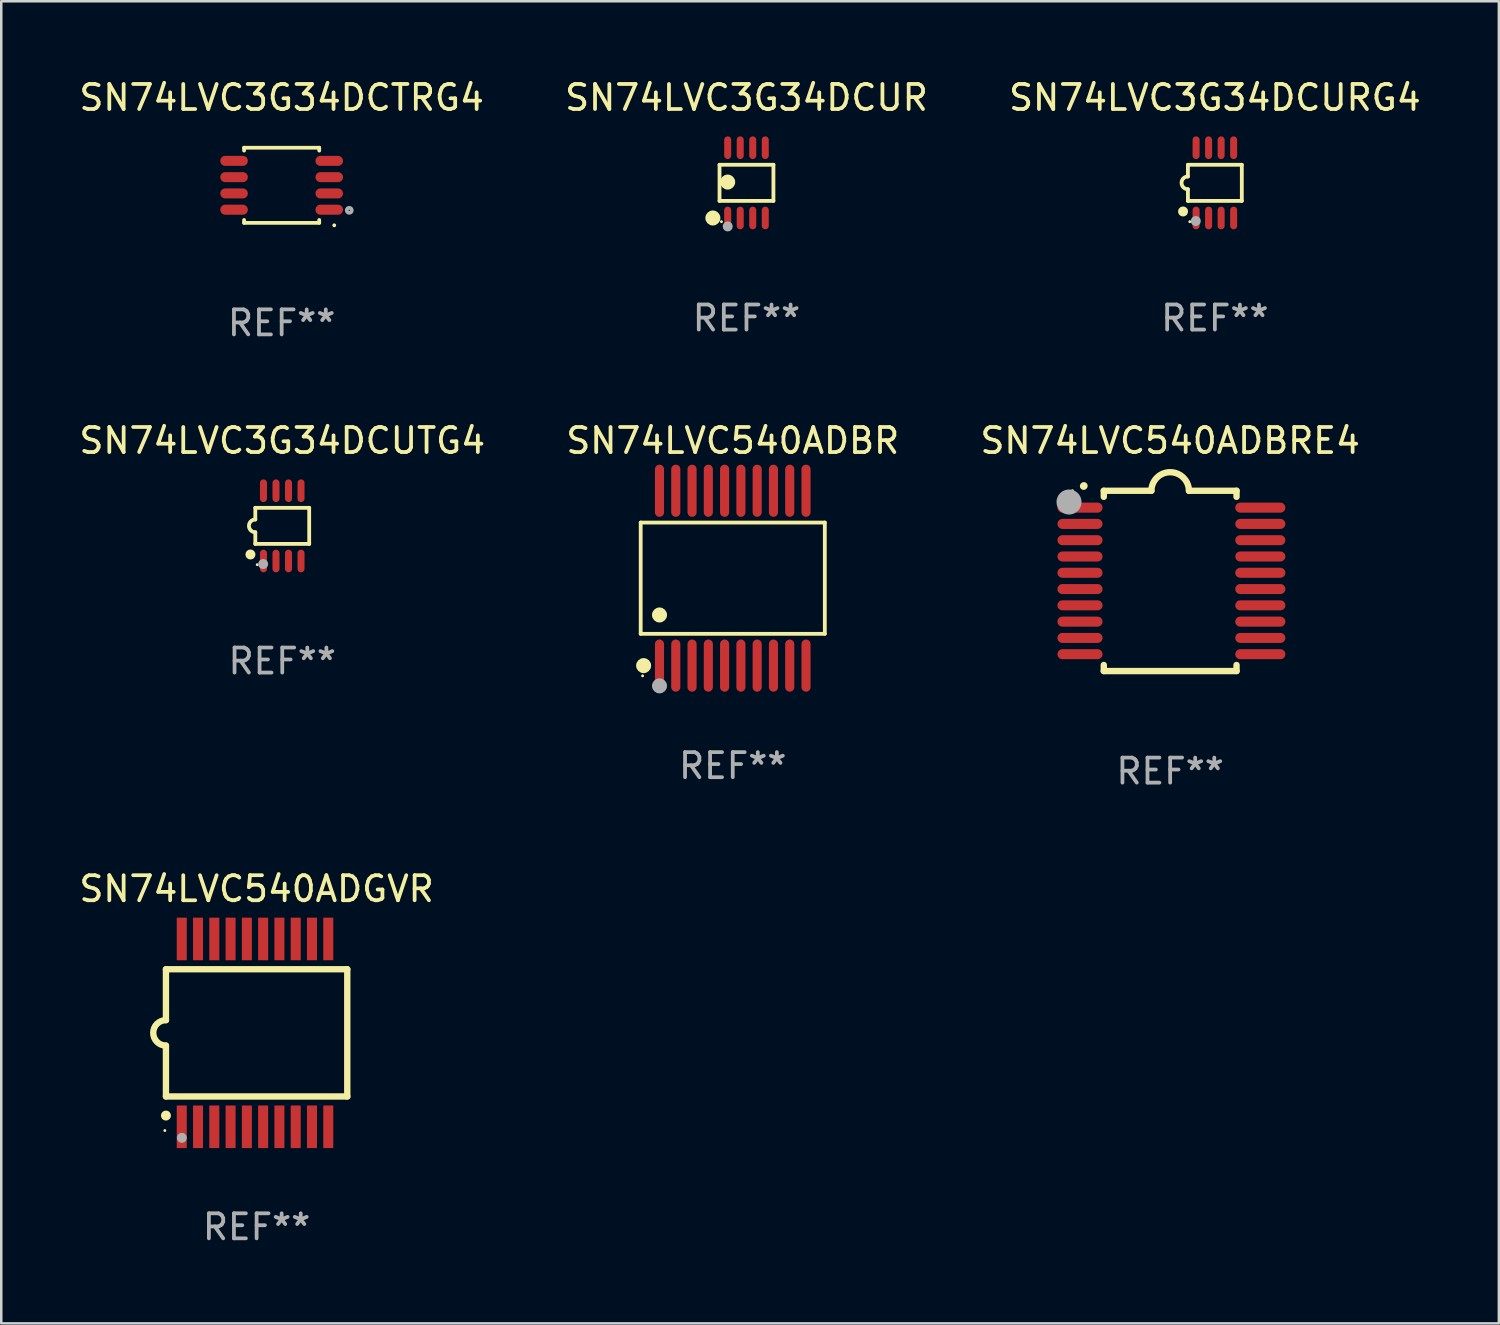
<source format=kicad_pcb>
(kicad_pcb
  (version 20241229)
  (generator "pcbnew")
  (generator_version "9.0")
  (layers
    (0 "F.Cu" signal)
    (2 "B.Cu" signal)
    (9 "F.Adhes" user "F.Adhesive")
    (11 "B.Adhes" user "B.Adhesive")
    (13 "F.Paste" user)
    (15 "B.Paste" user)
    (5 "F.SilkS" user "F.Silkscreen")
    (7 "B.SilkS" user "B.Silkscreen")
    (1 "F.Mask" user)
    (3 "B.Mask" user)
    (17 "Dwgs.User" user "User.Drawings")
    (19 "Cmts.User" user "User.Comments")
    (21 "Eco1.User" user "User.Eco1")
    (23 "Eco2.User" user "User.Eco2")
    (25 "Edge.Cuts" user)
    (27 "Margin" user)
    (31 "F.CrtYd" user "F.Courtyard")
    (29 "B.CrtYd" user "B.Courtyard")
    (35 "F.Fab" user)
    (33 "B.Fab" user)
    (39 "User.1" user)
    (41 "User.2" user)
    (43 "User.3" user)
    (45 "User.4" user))
  (footprint "SN74LVC540ADBR"
    (layer "F.Cu")
    (at 26.208 20.036)
    (property "Reference" "SN74LVC540ADBR" (at 0 -5.491 0) (layer "F.SilkS") (effects (font (size 1 1) (thickness 0.15))))
    (attr through_hole)
    (fp_line (start -3.676 -2.221) (end 3.676 -2.221) (stroke (width 0.152) (type solid)) (layer "F.SilkS"))
    (fp_line (start -3.676 2.221) (end -3.676 -2.221) (stroke (width 0.152) (type solid)) (layer "F.SilkS"))
    (fp_line (start 3.676 -2.221) (end 3.676 2.221) (stroke (width 0.152) (type solid)) (layer "F.SilkS"))
    (fp_line (start 3.676 2.221) (end -3.676 2.221) (stroke (width 0.152) (type solid)) (layer "F.SilkS"))
    (fp_circle (center -3.6 3.9) (end -3.57 3.9) (stroke (width 0.06) (type solid)) (fill no) (layer "F.SilkS"))
    (fp_circle (center -3.559 3.491) (end -3.409 3.491) (stroke (width 0.3) (type solid)) (fill no) (layer "F.SilkS"))
    (fp_circle (center -2.925 1.469) (end -2.775 1.469) (stroke (width 0.3) (type solid)) (fill no) (layer "F.SilkS"))
    (fp_circle (center -2.925 4.3) (end -2.775 4.3) (stroke (width 0.3) (type solid)) (fill no) (layer "F.Fab"))
    (fp_text user "REF**" (at 0 7.491 0) (layer "F.Fab") (effects (font (size 1 1) (thickness 0.15))))
    (pad "1" smd oval (at -2.925 3.491) (size 0.364 2.082) (layers "F.Cu" "F.Mask" "F.Paste"))
    (pad "2" smd oval (at -2.275 3.491) (size 0.364 2.082) (layers "F.Cu" "F.Mask" "F.Paste"))
    (pad "3" smd oval (at -1.625 3.491) (size 0.364 2.082) (layers "F.Cu" "F.Mask" "F.Paste"))
    (pad "4" smd oval (at -0.975 3.491) (size 0.364 2.082) (layers "F.Cu" "F.Mask" "F.Paste"))
    (pad "5" smd oval (at -0.325 3.491) (size 0.364 2.082) (layers "F.Cu" "F.Mask" "F.Paste"))
    (pad "6" smd oval (at 0.325 3.491) (size 0.364 2.082) (layers "F.Cu" "F.Mask" "F.Paste"))
    (pad "7" smd oval (at 0.975 3.491) (size 0.364 2.082) (layers "F.Cu" "F.Mask" "F.Paste"))
    (pad "8" smd oval (at 1.625 3.491) (size 0.364 2.082) (layers "F.Cu" "F.Mask" "F.Paste"))
    (pad "9" smd oval (at 2.275 3.491) (size 0.364 2.082) (layers "F.Cu" "F.Mask" "F.Paste"))
    (pad "10" smd oval (at 2.925 3.491) (size 0.364 2.082) (layers "F.Cu" "F.Mask" "F.Paste"))
    (pad "11" smd oval (at 2.925 -3.491) (size 0.364 2.082) (layers "F.Cu" "F.Mask" "F.Paste"))
    (pad "12" smd oval (at 2.275 -3.491) (size 0.364 2.082) (layers "F.Cu" "F.Mask" "F.Paste"))
    (pad "13" smd oval (at 1.625 -3.491) (size 0.364 2.082) (layers "F.Cu" "F.Mask" "F.Paste"))
    (pad "14" smd oval (at 0.975 -3.491) (size 0.364 2.082) (layers "F.Cu" "F.Mask" "F.Paste"))
    (pad "15" smd oval (at 0.325 -3.491) (size 0.364 2.082) (layers "F.Cu" "F.Mask" "F.Paste"))
    (pad "16" smd oval (at -0.325 -3.491) (size 0.364 2.082) (layers "F.Cu" "F.Mask" "F.Paste"))
    (pad "17" smd oval (at -0.975 -3.491) (size 0.364 2.082) (layers "F.Cu" "F.Mask" "F.Paste"))
    (pad "18" smd oval (at -1.625 -3.491) (size 0.364 2.082) (layers "F.Cu" "F.Mask" "F.Paste"))
    (pad "19" smd oval (at -2.275 -3.491) (size 0.364 2.082) (layers "F.Cu" "F.Mask" "F.Paste"))
    (pad "20" smd oval (at -2.925 -3.491) (size 0.364 2.082) (layers "F.Cu" "F.Mask" "F.Paste")))
  (footprint "SN74LVC540ADBRE4"
    (layer "F.Cu")
    (at 43.673 20.145)
    (property "Reference" "SN74LVC540ADBRE4" (at 0 -5.6 0) (layer "F.SilkS") (effects (font (size 1 1) (thickness 0.15))))
    (attr through_hole)
    (fp_line (start -2.65 -3.6) (end -2.65 -3.357) (stroke (width 0.254) (type solid)) (layer "F.SilkS"))
    (fp_line (start -2.65 -3.6) (end -0.75 -3.6) (stroke (width 0.254) (type solid)) (layer "F.SilkS"))
    (fp_line (start -2.65 3.357) (end -2.65 3.6) (stroke (width 0.254) (type solid)) (layer "F.SilkS"))
    (fp_line (start 2.65 -3.6) (end 0.75 -3.6) (stroke (width 0.254) (type solid)) (layer "F.SilkS"))
    (fp_line (start 2.65 -3.6) (end 2.65 -3.357) (stroke (width 0.254) (type solid)) (layer "F.SilkS"))
    (fp_line (start 2.65 3.357) (end 2.65 3.6) (stroke (width 0.254) (type solid)) (layer "F.SilkS"))
    (fp_line (start 2.65 3.6) (end -2.65 3.6) (stroke (width 0.254) (type solid)) (layer "F.SilkS"))
    (fp_arc (start -3.454407 -3.784608) (mid -3.449499 -3.78986) (end -3.444247 -3.794768) (stroke (width 0.3) (type solid)) (layer "F.SilkS"))
    (fp_arc (start -0.749301 -3.599186) (mid -0.000051 -4.348844) (end 0.750013 -3.6) (stroke (width 0.254001) (type solid)) (layer "F.SilkS"))
    (fp_circle (center -3.9 -3.6) (end -3.87 -3.6) (stroke (width 0.06) (type solid)) (fill no) (layer "F.SilkS"))
    (fp_circle (center -4.039 -3.15) (end -3.789 -3.15) (stroke (width 0.5) (type solid)) (fill no) (layer "F.Fab"))
    (fp_text user "REF**" (at 0 7.6 0) (layer "F.Fab") (effects (font (size 1 1) (thickness 0.15))))
    (pad "1" smd oval (at -3.6 -2.926 90) (size 0.4 1.8) (layers "F.Cu" "F.Mask" "F.Paste"))
    (pad "2" smd oval (at -3.6 -2.276 90) (size 0.4 1.8) (layers "F.Cu" "F.Mask" "F.Paste"))
    (pad "3" smd oval (at -3.6 -1.626 90) (size 0.4 1.8) (layers "F.Cu" "F.Mask" "F.Paste"))
    (pad "4" smd oval (at -3.6 -0.975 90) (size 0.4 1.8) (layers "F.Cu" "F.Mask" "F.Paste"))
    (pad "5" smd oval (at -3.6 -0.325 90) (size 0.4 1.8) (layers "F.Cu" "F.Mask" "F.Paste"))
    (pad "6" smd oval (at -3.6 0.325 90) (size 0.4 1.8) (layers "F.Cu" "F.Mask" "F.Paste"))
    (pad "7" smd oval (at -3.6 0.975 90) (size 0.4 1.8) (layers "F.Cu" "F.Mask" "F.Paste"))
    (pad "8" smd oval (at -3.6 1.626 90) (size 0.4 1.8) (layers "F.Cu" "F.Mask" "F.Paste"))
    (pad "9" smd oval (at -3.6 2.276 90) (size 0.4 1.8) (layers "F.Cu" "F.Mask" "F.Paste"))
    (pad "10" smd oval (at -3.6 2.926 90) (size 0.4 1.8) (layers "F.Cu" "F.Mask" "F.Paste"))
    (pad "11" smd oval (at 3.6 2.926 90) (size 0.4 2) (layers "F.Cu" "F.Mask" "F.Paste"))
    (pad "12" smd oval (at 3.6 2.276 90) (size 0.4 2) (layers "F.Cu" "F.Mask" "F.Paste"))
    (pad "13" smd oval (at 3.6 1.626 90) (size 0.4 2) (layers "F.Cu" "F.Mask" "F.Paste"))
    (pad "14" smd oval (at 3.6 0.975 90) (size 0.4 2) (layers "F.Cu" "F.Mask" "F.Paste"))
    (pad "15" smd oval (at 3.6 0.325 90) (size 0.4 2) (layers "F.Cu" "F.Mask" "F.Paste"))
    (pad "16" smd oval (at 3.6 -0.325 90) (size 0.4 2) (layers "F.Cu" "F.Mask" "F.Paste"))
    (pad "17" smd oval (at 3.6 -0.975 90) (size 0.4 2) (layers "F.Cu" "F.Mask" "F.Paste"))
    (pad "18" smd oval (at 3.6 -1.626 90) (size 0.4 2) (layers "F.Cu" "F.Mask" "F.Paste"))
    (pad "19" smd oval (at 3.6 -2.276 90) (size 0.4 2) (layers "F.Cu" "F.Mask" "F.Paste"))
    (pad "20" smd oval (at 3.6 -2.926 90) (size 0.4 2) (layers "F.Cu" "F.Mask" "F.Paste")))
  (footprint "SN74LVC3G34DCURG4"
    (layer "F.Cu")
    (at 45.458 4.251)
    (property "Reference" "SN74LVC3G34DCURG4" (at 0 -3.403 0) (layer "F.SilkS") (effects (font (size 1 1) (thickness 0.15))))
    (attr through_hole)
    (fp_line (start -1.076 -0.721) (end 1.076 -0.721) (stroke (width 0.152) (type solid)) (layer "F.SilkS"))
    (fp_line (start -1.076 -0.254) (end -1.076 -0.721) (stroke (width 0.152) (type solid)) (layer "F.SilkS"))
    (fp_line (start -1.076 0.254) (end -1.076 0.721) (stroke (width 0.152) (type solid)) (layer "F.SilkS"))
    (fp_line (start 1.076 -0.721) (end 1.076 0.721) (stroke (width 0.152) (type solid)) (layer "F.SilkS"))
    (fp_line (start 1.076 0.721) (end -1.076 0.721) (stroke (width 0.152) (type solid)) (layer "F.SilkS"))
    (fp_arc (start -1.076226 0.254051) (mid -1.330226 0.000051) (end -1.076226 -0.253949) (stroke (width 0.151994) (type solid)) (layer "F.SilkS"))
    (fp_circle (center -1.27 1.143) (end -1.17 1.143) (stroke (width 0.2) (type solid)) (fill no) (layer "F.SilkS"))
    (fp_circle (center -1 1.55) (end -0.97 1.55) (stroke (width 0.06) (type solid)) (fill no) (layer "F.SilkS"))
    (fp_circle (center -0.762 1.524) (end -0.662 1.524) (stroke (width 0.2) (type solid)) (fill no) (layer "F.Fab"))
    (fp_text user "REF**" (at 0 5.403 0) (layer "F.Fab") (effects (font (size 1 1) (thickness 0.15))))
    (pad "1" smd oval (at -0.75 1.403) (size 0.28 0.905) (layers "F.Cu" "F.Mask" "F.Paste"))
    (pad "2" smd oval (at -0.25 1.403) (size 0.28 0.905) (layers "F.Cu" "F.Mask" "F.Paste"))
    (pad "3" smd oval (at 0.25 1.403) (size 0.28 0.905) (layers "F.Cu" "F.Mask" "F.Paste"))
    (pad "4" smd oval (at 0.75 1.403) (size 0.28 0.905) (layers "F.Cu" "F.Mask" "F.Paste"))
    (pad "5" smd oval (at 0.75 -1.403) (size 0.28 0.905) (layers "F.Cu" "F.Mask" "F.Paste"))
    (pad "6" smd oval (at 0.25 -1.403) (size 0.28 0.905) (layers "F.Cu" "F.Mask" "F.Paste"))
    (pad "7" smd oval (at -0.25 -1.403) (size 0.28 0.905) (layers "F.Cu" "F.Mask" "F.Paste"))
    (pad "8" smd oval (at -0.75 -1.403) (size 0.28 0.905) (layers "F.Cu" "F.Mask" "F.Paste")))
  (footprint "SN74LVC540ADGVR"
    (layer "F.Cu")
    (at 7.196 38.191)
    (property "Reference" "SN74LVC540ADGVR" (at 0 -5.75 0) (layer "F.SilkS") (effects (font (size 1 1) (thickness 0.15))))
    (attr through_hole)
    (fp_line (start -3.62 -2.54) (end 3.62 -2.54) (stroke (width 0.254) (type solid)) (layer "F.SilkS"))
    (fp_line (start -3.62 -0.508) (end -3.62 -2.54) (stroke (width 0.254) (type solid)) (layer "F.SilkS"))
    (fp_line (start -3.62 2.54) (end -3.62 0.508) (stroke (width 0.254) (type solid)) (layer "F.SilkS"))
    (fp_line (start 3.62 -2.54) (end 3.62 2.54) (stroke (width 0.254) (type solid)) (layer "F.SilkS"))
    (fp_line (start 3.62 2.54) (end -3.62 2.54) (stroke (width 0.254) (type solid)) (layer "F.SilkS"))
    (fp_arc (start -3.619507 0.508052) (mid -4.125607 0.000051) (end -3.619507 -0.50795) (stroke (width 0.254001) (type solid)) (layer "F.SilkS"))
    (fp_circle (center -3.664 3.9) (end -3.634 3.9) (stroke (width 0.06) (type solid)) (fill no) (layer "F.SilkS"))
    (fp_circle (center -3.62 3.302) (end -3.52 3.302) (stroke (width 0.2) (type solid)) (fill no) (layer "F.SilkS"))
    (fp_circle (center -2.985 4.191) (end -2.885 4.191) (stroke (width 0.2) (type solid)) (fill no) (layer "F.Fab"))
    (fp_text user "REF**" (at 0 7.75 0) (layer "F.Fab") (effects (font (size 1 1) (thickness 0.15))))
    (pad "1" smd rect (at -2.989 3.75) (size 0.4 1.7) (layers "F.Cu" "F.Mask" "F.Paste"))
    (pad "2" smd rect (at -2.339 3.75) (size 0.4 1.7) (layers "F.Cu" "F.Mask" "F.Paste"))
    (pad "3" smd rect (at -1.689 3.75) (size 0.4 1.7) (layers "F.Cu" "F.Mask" "F.Paste"))
    (pad "4" smd rect (at -1.039 3.75) (size 0.4 1.7) (layers "F.Cu" "F.Mask" "F.Paste"))
    (pad "5" smd rect (at -0.389 3.75) (size 0.4 1.7) (layers "F.Cu" "F.Mask" "F.Paste"))
    (pad "6" smd rect (at 0.261 3.75) (size 0.4 1.7) (layers "F.Cu" "F.Mask" "F.Paste"))
    (pad "7" smd rect (at 0.911 3.75) (size 0.4 1.7) (layers "F.Cu" "F.Mask" "F.Paste"))
    (pad "8" smd rect (at 1.561 3.75) (size 0.4 1.7) (layers "F.Cu" "F.Mask" "F.Paste"))
    (pad "9" smd rect (at 2.211 3.75) (size 0.4 1.7) (layers "F.Cu" "F.Mask" "F.Paste"))
    (pad "10" smd rect (at 2.862 3.75) (size 0.4 1.7) (layers "F.Cu" "F.Mask" "F.Paste"))
    (pad "11" smd rect (at 2.862 -3.75) (size 0.4 1.7) (layers "F.Cu" "F.Mask" "F.Paste"))
    (pad "12" smd rect (at 2.211 -3.75) (size 0.4 1.7) (layers "F.Cu" "F.Mask" "F.Paste"))
    (pad "13" smd rect (at 1.561 -3.75) (size 0.4 1.7) (layers "F.Cu" "F.Mask" "F.Paste"))
    (pad "14" smd rect (at 0.911 -3.75) (size 0.4 1.7) (layers "F.Cu" "F.Mask" "F.Paste"))
    (pad "15" smd rect (at 0.261 -3.75) (size 0.4 1.7) (layers "F.Cu" "F.Mask" "F.Paste"))
    (pad "16" smd rect (at -0.389 -3.75) (size 0.4 1.7) (layers "F.Cu" "F.Mask" "F.Paste"))
    (pad "17" smd rect (at -1.039 -3.75) (size 0.4 1.7) (layers "F.Cu" "F.Mask" "F.Paste"))
    (pad "18" smd rect (at -1.689 -3.75) (size 0.4 1.7) (layers "F.Cu" "F.Mask" "F.Paste"))
    (pad "19" smd rect (at -2.339 -3.75) (size 0.4 1.7) (layers "F.Cu" "F.Mask" "F.Paste"))
    (pad "20" smd rect (at -2.989 -3.75) (size 0.4 1.7) (layers "F.Cu" "F.Mask" "F.Paste")))
  (footprint "SN74LVC3G34DCTRG4"
    (layer "F.Cu")
    (at 8.196 4.348)
    (property "Reference" "SN74LVC3G34DCTRG4" (at 0 -3.5 0) (layer "F.SilkS") (effects (font (size 1 1) (thickness 0.15))))
    (attr through_hole)
    (fp_line (start -1.5 -1.5) (end 1.5 -1.5) (stroke (width 0.15) (type solid)) (layer "F.SilkS"))
    (fp_line (start -1.5 -1.385) (end -1.5 -1.5) (stroke (width 0.15) (type solid)) (layer "F.SilkS"))
    (fp_line (start -1.5 1.5) (end -1.5 1.385) (stroke (width 0.15) (type solid)) (layer "F.SilkS"))
    (fp_line (start 1.5 -1.5) (end 1.5 -1.385) (stroke (width 0.15) (type solid)) (layer "F.SilkS"))
    (fp_line (start 1.5 1.385) (end 1.5 1.5) (stroke (width 0.15) (type solid)) (layer "F.SilkS"))
    (fp_line (start 1.5 1.5) (end -1.5 1.5) (stroke (width 0.15) (type solid)) (layer "F.SilkS"))
    (fp_arc (start 2.100051 1.6) (mid 2.100044 1.59873) (end 2.100051 1.59746) (stroke (width 0.150013) (type solid)) (layer "F.SilkS"))
    (fp_circle (center 1.5 1.5) (end 1.527 1.5) (stroke (width 0.05) (type solid)) (fill no) (layer "F.SilkS"))
    (fp_circle (center 2.7 1) (end 2.8 1) (stroke (width 0.15) (type solid)) (fill no) (layer "F.Fab"))
    (fp_text user "REF**" (at 0 5.5 0) (layer "F.Fab") (effects (font (size 1 1) (thickness 0.15))))
    (pad "1" smd oval (at 1.9 0.975) (size 1.1 0.4) (layers "F.Cu" "F.Mask" "F.Paste"))
    (pad "2" smd oval (at 1.9 0.325) (size 1.1 0.4) (layers "F.Cu" "F.Mask" "F.Paste"))
    (pad "3" smd oval (at 1.9 -0.325) (size 1.1 0.4) (layers "F.Cu" "F.Mask" "F.Paste"))
    (pad "4" smd oval (at 1.9 -0.975) (size 1.1 0.4) (layers "F.Cu" "F.Mask" "F.Paste"))
    (pad "5" smd oval (at -1.9 -0.975) (size 1.1 0.4) (layers "F.Cu" "F.Mask" "F.Paste"))
    (pad "6" smd oval (at -1.9 -0.325) (size 1.1 0.4) (layers "F.Cu" "F.Mask" "F.Paste"))
    (pad "7" smd oval (at -1.9 0.325) (size 1.1 0.4) (layers "F.Cu" "F.Mask" "F.Paste"))
    (pad "8" smd oval (at -1.9 0.975) (size 1.1 0.4) (layers "F.Cu" "F.Mask" "F.Paste")))
  (footprint "SN74LVC3G34DCUTG4"
    (layer "F.Cu")
    (at 8.22 17.947)
    (property "Reference" "SN74LVC3G34DCUTG4" (at 0 -3.403 0) (layer "F.SilkS") (effects (font (size 1 1) (thickness 0.15))))
    (attr through_hole)
    (fp_line (start -1.076 -0.721) (end 1.076 -0.721) (stroke (width 0.152) (type solid)) (layer "F.SilkS"))
    (fp_line (start -1.076 -0.254) (end -1.076 -0.721) (stroke (width 0.152) (type solid)) (layer "F.SilkS"))
    (fp_line (start -1.076 0.254) (end -1.076 0.721) (stroke (width 0.152) (type solid)) (layer "F.SilkS"))
    (fp_line (start 1.076 -0.721) (end 1.076 0.721) (stroke (width 0.152) (type solid)) (layer "F.SilkS"))
    (fp_line (start 1.076 0.721) (end -1.076 0.721) (stroke (width 0.152) (type solid)) (layer "F.SilkS"))
    (fp_arc (start -1.076226 0.254051) (mid -1.330226 0.000051) (end -1.076226 -0.253949) (stroke (width 0.151994) (type solid)) (layer "F.SilkS"))
    (fp_circle (center -1.27 1.143) (end -1.17 1.143) (stroke (width 0.2) (type solid)) (fill no) (layer "F.SilkS"))
    (fp_circle (center -1 1.55) (end -0.97 1.55) (stroke (width 0.06) (type solid)) (fill no) (layer "F.SilkS"))
    (fp_circle (center -0.762 1.524) (end -0.662 1.524) (stroke (width 0.2) (type solid)) (fill no) (layer "F.Fab"))
    (fp_text user "REF**" (at 0 5.403 0) (layer "F.Fab") (effects (font (size 1 1) (thickness 0.15))))
    (pad "1" smd oval (at -0.75 1.403) (size 0.28 0.905) (layers "F.Cu" "F.Mask" "F.Paste"))
    (pad "2" smd oval (at -0.25 1.403) (size 0.28 0.905) (layers "F.Cu" "F.Mask" "F.Paste"))
    (pad "3" smd oval (at 0.25 1.403) (size 0.28 0.905) (layers "F.Cu" "F.Mask" "F.Paste"))
    (pad "4" smd oval (at 0.75 1.403) (size 0.28 0.905) (layers "F.Cu" "F.Mask" "F.Paste"))
    (pad "5" smd oval (at 0.75 -1.403) (size 0.28 0.905) (layers "F.Cu" "F.Mask" "F.Paste"))
    (pad "6" smd oval (at 0.25 -1.403) (size 0.28 0.905) (layers "F.Cu" "F.Mask" "F.Paste"))
    (pad "7" smd oval (at -0.25 -1.403) (size 0.28 0.905) (layers "F.Cu" "F.Mask" "F.Paste"))
    (pad "8" smd oval (at -0.75 -1.403) (size 0.28 0.905) (layers "F.Cu" "F.Mask" "F.Paste")))
  (footprint "SN74LVC3G34DCUR"
    (layer "F.Cu")
    (at 26.756 4.251)
    (property "Reference" "SN74LVC3G34DCUR" (at 0 -3.403 0) (layer "F.SilkS") (effects (font (size 1 1) (thickness 0.15))))
    (attr through_hole)
    (fp_line (start -1.076 -0.721) (end 1.076 -0.721) (stroke (width 0.152) (type solid)) (layer "F.SilkS"))
    (fp_line (start -1.076 0.721) (end -1.076 -0.721) (stroke (width 0.152) (type solid)) (layer "F.SilkS"))
    (fp_line (start 1.076 -0.721) (end 1.076 0.721) (stroke (width 0.152) (type solid)) (layer "F.SilkS"))
    (fp_line (start 1.076 0.721) (end -1.076 0.721) (stroke (width 0.152) (type solid)) (layer "F.SilkS"))
    (fp_circle (center -1.342 1.403) (end -1.192 1.403) (stroke (width 0.3) (type solid)) (fill no) (layer "F.SilkS"))
    (fp_circle (center -1 1.55) (end -0.97 1.55) (stroke (width 0.06) (type solid)) (fill no) (layer "F.SilkS"))
    (fp_circle (center -0.75 -0.031) (end -0.6 -0.031) (stroke (width 0.3) (type solid)) (fill no) (layer "F.SilkS"))
    (fp_circle (center -0.75 1.74) (end -0.65 1.74) (stroke (width 0.2) (type solid)) (fill no) (layer "F.Fab"))
    (fp_text user "REF**" (at 0 5.403 0) (layer "F.Fab") (effects (font (size 1 1) (thickness 0.15))))
    (pad "1" smd oval (at -0.75 1.403) (size 0.28 0.905) (layers "F.Cu" "F.Mask" "F.Paste"))
    (pad "2" smd oval (at -0.25 1.403) (size 0.28 0.905) (layers "F.Cu" "F.Mask" "F.Paste"))
    (pad "3" smd oval (at 0.25 1.403) (size 0.28 0.905) (layers "F.Cu" "F.Mask" "F.Paste"))
    (pad "4" smd oval (at 0.75 1.403) (size 0.28 0.905) (layers "F.Cu" "F.Mask" "F.Paste"))
    (pad "5" smd oval (at 0.75 -1.403) (size 0.28 0.905) (layers "F.Cu" "F.Mask" "F.Paste"))
    (pad "6" smd oval (at 0.25 -1.403) (size 0.28 0.905) (layers "F.Cu" "F.Mask" "F.Paste"))
    (pad "7" smd oval (at -0.25 -1.403) (size 0.28 0.905) (layers "F.Cu" "F.Mask" "F.Paste"))
    (pad "8" smd oval (at -0.75 -1.403) (size 0.28 0.905) (layers "F.Cu" "F.Mask" "F.Paste")))
  (gr_rect
    (start -3 -3)
    (end 56.798 49.79)
    (stroke (width 0.1) (type default))
    (fill no)
    (layer "Edge.Cuts")))
</source>
